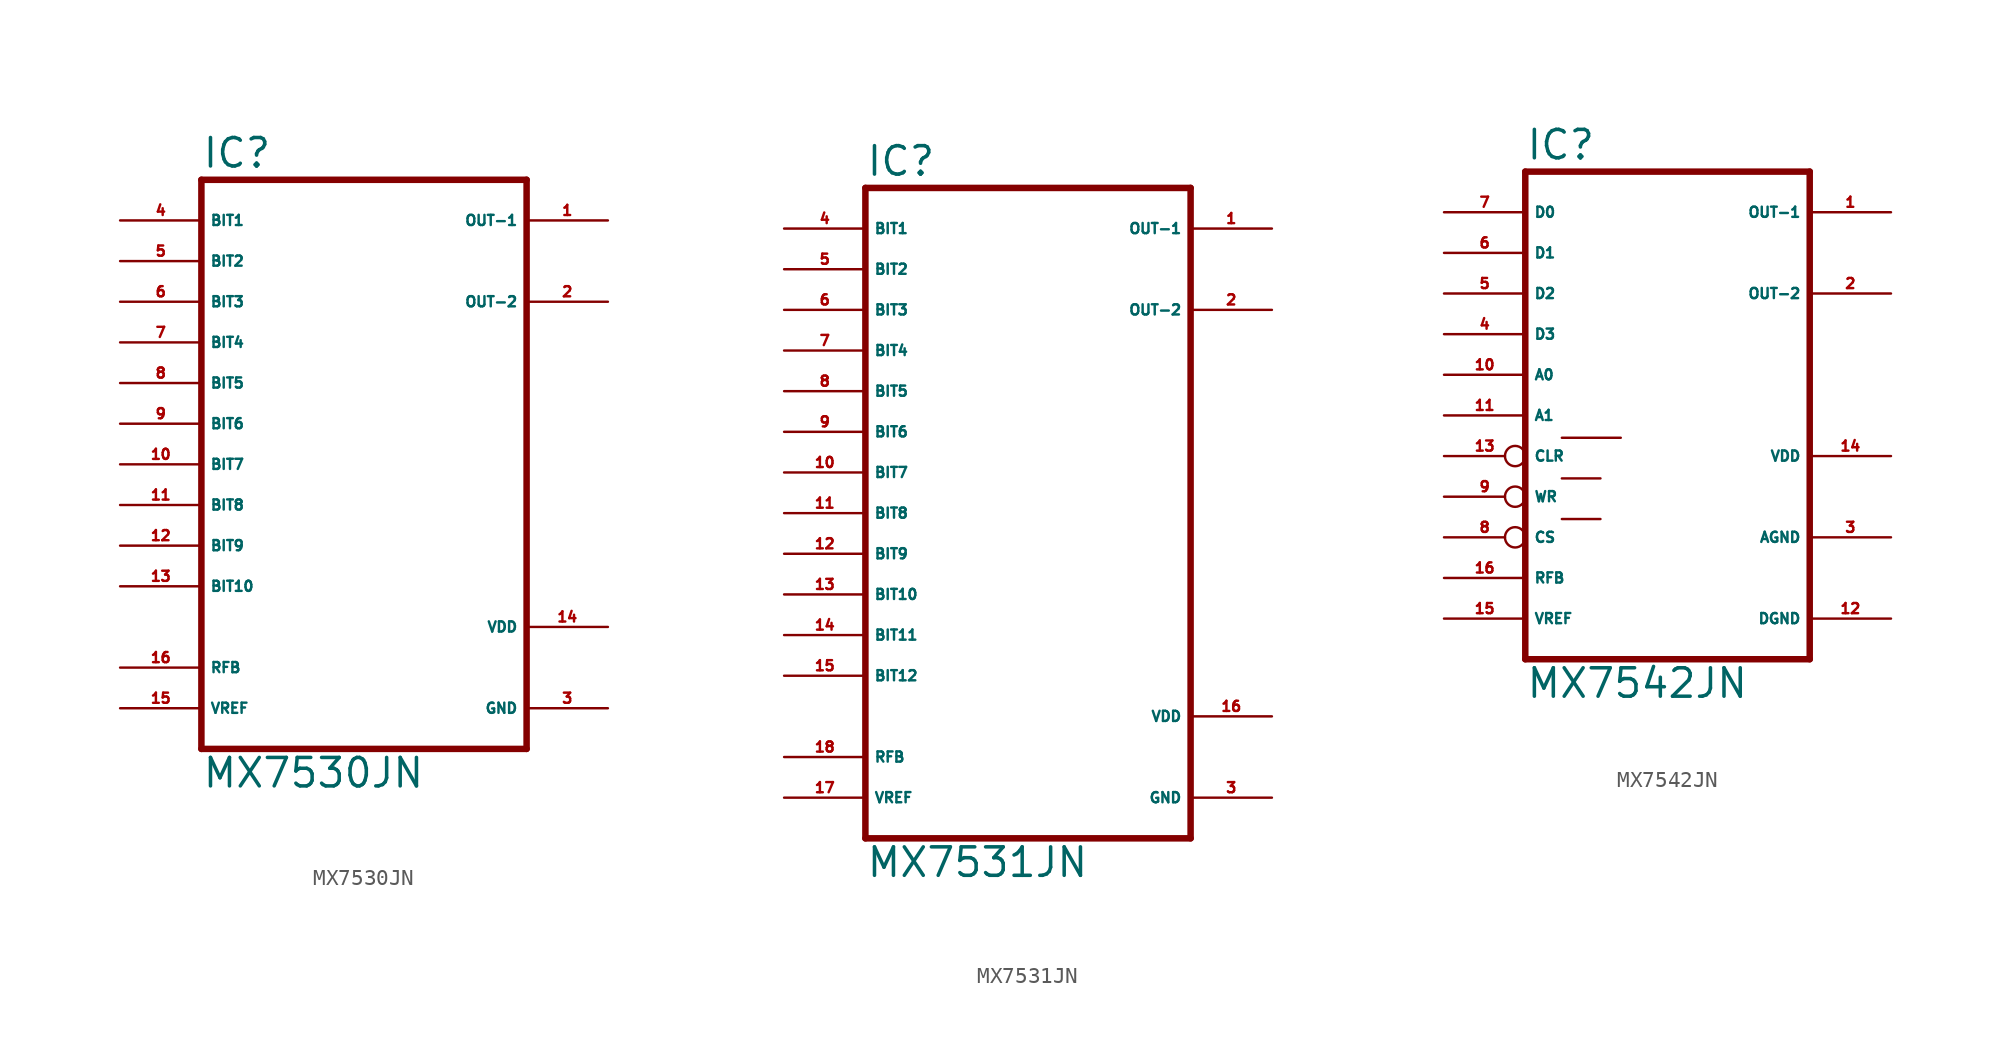
<source format=kicad_sym>
(kicad_symbol_lib
  (version 20220914)
  (generator Eagle2Kicad)
  (symbol "MX7530JN"
    (property "Reference" "IC"
      (at -10.16 15.875 0)
      (effects (font (size 1.778 1.778) (thickness 0.22)) (justify left bottom)))
    (property "Value" "MX7530JN"
      (at -10.16 -22.86 0)
      (effects (font (size 1.778 1.778) (thickness 0.22)) (justify left bottom)))
    (polyline
      (pts (xy -10.16 -20.32) (xy 10.16 -20.32))
      (stroke (width 0.406) (type default))
      (fill (type none)))
    (polyline
      (pts (xy 10.16 15.24) (xy 10.16 -20.32))
      (stroke (width 0.406) (type default))
      (fill (type none)))
    (polyline
      (pts (xy 10.16 15.24) (xy -10.16 15.24))
      (stroke (width 0.406) (type default))
      (fill (type none)))
    (polyline
      (pts (xy -10.16 -20.32) (xy -10.16 15.24))
      (stroke (width 0.406) (type default))
      (fill (type none)))
    (pin input line
      (at -15.24 12.7 0)
      (length 5.08)
      (name "BIT1" (effects (font (size 0.635 0.635) (thickness 0.08)) (justify left bottom)))
      (number "4" (effects (font (size 0.635 0.635) (thickness 0.08)) (justify left bottom))))
    (pin input line
      (at -15.24 5.08 0)
      (length 5.08)
      (name "BIT4" (effects (font (size 0.635 0.635) (thickness 0.08)) (justify left bottom)))
      (number "7" (effects (font (size 0.635 0.635) (thickness 0.08)) (justify left bottom))))
    (pin input line
      (at -15.24 10.16 0)
      (length 5.08)
      (name "BIT2" (effects (font (size 0.635 0.635) (thickness 0.08)) (justify left bottom)))
      (number "5" (effects (font (size 0.635 0.635) (thickness 0.08)) (justify left bottom))))
    (pin input line
      (at -15.24 7.62 0)
      (length 5.08)
      (name "BIT3" (effects (font (size 0.635 0.635) (thickness 0.08)) (justify left bottom)))
      (number "6" (effects (font (size 0.635 0.635) (thickness 0.08)) (justify left bottom))))
    (pin input line
      (at -15.24 2.54 0)
      (length 5.08)
      (name "BIT5" (effects (font (size 0.635 0.635) (thickness 0.08)) (justify left bottom)))
      (number "8" (effects (font (size 0.635 0.635) (thickness 0.08)) (justify left bottom))))
    (pin input line
      (at -15.24 0 0)
      (length 5.08)
      (name "BIT6" (effects (font (size 0.635 0.635) (thickness 0.08)) (justify left bottom)))
      (number "9" (effects (font (size 0.635 0.635) (thickness 0.08)) (justify left bottom))))
    (pin input line
      (at -15.24 -2.54 0)
      (length 5.08)
      (name "BIT7" (effects (font (size 0.635 0.635) (thickness 0.08)) (justify left bottom)))
      (number "10" (effects (font (size 0.635 0.635) (thickness 0.08)) (justify left bottom))))
    (pin input line
      (at -15.24 -5.08 0)
      (length 5.08)
      (name "BIT8" (effects (font (size 0.635 0.635) (thickness 0.08)) (justify left bottom)))
      (number "11" (effects (font (size 0.635 0.635) (thickness 0.08)) (justify left bottom))))
    (pin input line
      (at -15.24 -7.62 0)
      (length 5.08)
      (name "BIT9" (effects (font (size 0.635 0.635) (thickness 0.08)) (justify left bottom)))
      (number "12" (effects (font (size 0.635 0.635) (thickness 0.08)) (justify left bottom))))
    (pin input line
      (at -15.24 -10.16 0)
      (length 5.08)
      (name "BIT10" (effects (font (size 0.635 0.635) (thickness 0.08)) (justify left bottom)))
      (number "13" (effects (font (size 0.635 0.635) (thickness 0.08)) (justify left bottom))))
    (pin input line
      (at -15.24 -15.24 0)
      (length 5.08)
      (name "RFB" (effects (font (size 0.635 0.635) (thickness 0.08)) (justify left bottom)))
      (number "16" (effects (font (size 0.635 0.635) (thickness 0.08)) (justify left bottom))))
    (pin input line
      (at -15.24 -17.78 0)
      (length 5.08)
      (name "VREF" (effects (font (size 0.635 0.635) (thickness 0.08)) (justify left bottom)))
      (number "15" (effects (font (size 0.635 0.635) (thickness 0.08)) (justify left bottom))))
    (pin output line
      (at 15.24 12.7 180)
      (length 5.08)
      (name "OUT-1" (effects (font (size 0.635 0.635) (thickness 0.08)) (justify left bottom)))
      (number "1" (effects (font (size 0.635 0.635) (thickness 0.08)) (justify left bottom))))
    (pin output line
      (at 15.24 7.62 180)
      (length 5.08)
      (name "OUT-2" (effects (font (size 0.635 0.635) (thickness 0.08)) (justify left bottom)))
      (number "2" (effects (font (size 0.635 0.635) (thickness 0.08)) (justify left bottom))))
    (pin unspecified line
      (at 15.24 -17.78 180)
      (length 5.08)
      (name "GND" (effects (font (size 0.635 0.635) (thickness 0.08)) (justify left bottom)))
      (number "3" (effects (font (size 0.635 0.635) (thickness 0.08)) (justify left bottom))))
    (pin unspecified line
      (at 15.24 -12.7 180)
      (length 5.08)
      (name "VDD" (effects (font (size 0.635 0.635) (thickness 0.08)) (justify left bottom)))
      (number "14" (effects (font (size 0.635 0.635) (thickness 0.08)) (justify left bottom)))))
  (symbol "MX7531JN"
    (property "Reference" "IC"
      (at -10.16 18.415 0)
      (effects (font (size 1.778 1.778) (thickness 0.22)) (justify left bottom)))
    (property "Value" "MX7531JN"
      (at -10.16 -25.4 0)
      (effects (font (size 1.778 1.778) (thickness 0.22)) (justify left bottom)))
    (polyline
      (pts (xy -10.16 -22.86) (xy 10.16 -22.86))
      (stroke (width 0.406) (type default))
      (fill (type none)))
    (polyline
      (pts (xy 10.16 17.78) (xy 10.16 -22.86))
      (stroke (width 0.406) (type default))
      (fill (type none)))
    (polyline
      (pts (xy 10.16 17.78) (xy -10.16 17.78))
      (stroke (width 0.406) (type default))
      (fill (type none)))
    (polyline
      (pts (xy -10.16 -22.86) (xy -10.16 17.78))
      (stroke (width 0.406) (type default))
      (fill (type none)))
    (pin input line
      (at -15.24 15.24 0)
      (length 5.08)
      (name "BIT1" (effects (font (size 0.635 0.635) (thickness 0.08)) (justify left bottom)))
      (number "4" (effects (font (size 0.635 0.635) (thickness 0.08)) (justify left bottom))))
    (pin input line
      (at -15.24 7.62 0)
      (length 5.08)
      (name "BIT4" (effects (font (size 0.635 0.635) (thickness 0.08)) (justify left bottom)))
      (number "7" (effects (font (size 0.635 0.635) (thickness 0.08)) (justify left bottom))))
    (pin input line
      (at -15.24 12.7 0)
      (length 5.08)
      (name "BIT2" (effects (font (size 0.635 0.635) (thickness 0.08)) (justify left bottom)))
      (number "5" (effects (font (size 0.635 0.635) (thickness 0.08)) (justify left bottom))))
    (pin input line
      (at -15.24 10.16 0)
      (length 5.08)
      (name "BIT3" (effects (font (size 0.635 0.635) (thickness 0.08)) (justify left bottom)))
      (number "6" (effects (font (size 0.635 0.635) (thickness 0.08)) (justify left bottom))))
    (pin input line
      (at -15.24 5.08 0)
      (length 5.08)
      (name "BIT5" (effects (font (size 0.635 0.635) (thickness 0.08)) (justify left bottom)))
      (number "8" (effects (font (size 0.635 0.635) (thickness 0.08)) (justify left bottom))))
    (pin input line
      (at -15.24 2.54 0)
      (length 5.08)
      (name "BIT6" (effects (font (size 0.635 0.635) (thickness 0.08)) (justify left bottom)))
      (number "9" (effects (font (size 0.635 0.635) (thickness 0.08)) (justify left bottom))))
    (pin input line
      (at -15.24 0 0)
      (length 5.08)
      (name "BIT7" (effects (font (size 0.635 0.635) (thickness 0.08)) (justify left bottom)))
      (number "10" (effects (font (size 0.635 0.635) (thickness 0.08)) (justify left bottom))))
    (pin input line
      (at -15.24 -2.54 0)
      (length 5.08)
      (name "BIT8" (effects (font (size 0.635 0.635) (thickness 0.08)) (justify left bottom)))
      (number "11" (effects (font (size 0.635 0.635) (thickness 0.08)) (justify left bottom))))
    (pin input line
      (at -15.24 -5.08 0)
      (length 5.08)
      (name "BIT9" (effects (font (size 0.635 0.635) (thickness 0.08)) (justify left bottom)))
      (number "12" (effects (font (size 0.635 0.635) (thickness 0.08)) (justify left bottom))))
    (pin input line
      (at -15.24 -7.62 0)
      (length 5.08)
      (name "BIT10" (effects (font (size 0.635 0.635) (thickness 0.08)) (justify left bottom)))
      (number "13" (effects (font (size 0.635 0.635) (thickness 0.08)) (justify left bottom))))
    (pin input line
      (at -15.24 -17.78 0)
      (length 5.08)
      (name "RFB" (effects (font (size 0.635 0.635) (thickness 0.08)) (justify left bottom)))
      (number "18" (effects (font (size 0.635 0.635) (thickness 0.08)) (justify left bottom))))
    (pin input line
      (at -15.24 -20.32 0)
      (length 5.08)
      (name "VREF" (effects (font (size 0.635 0.635) (thickness 0.08)) (justify left bottom)))
      (number "17" (effects (font (size 0.635 0.635) (thickness 0.08)) (justify left bottom))))
    (pin output line
      (at 15.24 15.24 180)
      (length 5.08)
      (name "OUT-1" (effects (font (size 0.635 0.635) (thickness 0.08)) (justify left bottom)))
      (number "1" (effects (font (size 0.635 0.635) (thickness 0.08)) (justify left bottom))))
    (pin output line
      (at 15.24 10.16 180)
      (length 5.08)
      (name "OUT-2" (effects (font (size 0.635 0.635) (thickness 0.08)) (justify left bottom)))
      (number "2" (effects (font (size 0.635 0.635) (thickness 0.08)) (justify left bottom))))
    (pin unspecified line
      (at 15.24 -20.32 180)
      (length 5.08)
      (name "GND" (effects (font (size 0.635 0.635) (thickness 0.08)) (justify left bottom)))
      (number "3" (effects (font (size 0.635 0.635) (thickness 0.08)) (justify left bottom))))
    (pin unspecified line
      (at 15.24 -15.24 180)
      (length 5.08)
      (name "VDD" (effects (font (size 0.635 0.635) (thickness 0.08)) (justify left bottom)))
      (number "16" (effects (font (size 0.635 0.635) (thickness 0.08)) (justify left bottom))))
    (pin input line
      (at -15.24 -10.16 0)
      (length 5.08)
      (name "BIT11" (effects (font (size 0.635 0.635) (thickness 0.08)) (justify left bottom)))
      (number "14" (effects (font (size 0.635 0.635) (thickness 0.08)) (justify left bottom))))
    (pin input line
      (at -15.24 -12.7 0)
      (length 5.08)
      (name "BIT12" (effects (font (size 0.635 0.635) (thickness 0.08)) (justify left bottom)))
      (number "15" (effects (font (size 0.635 0.635) (thickness 0.08)) (justify left bottom)))))
  (symbol "MX7542JN"
    (property "Reference" "IC"
      (at -10.16 15.875 0)
      (effects (font (size 1.778 1.778) (thickness 0.22)) (justify left bottom)))
    (property "Value" "MX7542JN"
      (at -10.16 -17.78 0)
      (effects (font (size 1.778 1.778) (thickness 0.22)) (justify left bottom)))
    (polyline
      (pts (xy -10.16 -15.24) (xy 7.62 -15.24))
      (stroke (width 0.406) (type default))
      (fill (type none)))
    (polyline
      (pts (xy 7.62 15.24) (xy 7.62 -15.24))
      (stroke (width 0.406) (type default))
      (fill (type none)))
    (polyline
      (pts (xy 7.62 15.24) (xy -10.16 15.24))
      (stroke (width 0.406) (type default))
      (fill (type none)))
    (polyline
      (pts (xy -10.16 -15.24) (xy -10.16 15.24))
      (stroke (width 0.406) (type default))
      (fill (type none)))
    (polyline
      (pts (xy -7.874 -1.397) (xy -4.191 -1.397))
      (stroke (width 0.152) (type default))
      (fill (type none)))
    (polyline
      (pts (xy -7.874 -3.937) (xy -5.461 -3.937))
      (stroke (width 0.152) (type default))
      (fill (type none)))
    (polyline
      (pts (xy -7.874 -6.477) (xy -5.461 -6.477))
      (stroke (width 0.152) (type default))
      (fill (type none)))
    (pin input line
      (at -15.24 12.7 0)
      (length 5.08)
      (name "D0" (effects (font (size 0.635 0.635) (thickness 0.08)) (justify left bottom)))
      (number "7" (effects (font (size 0.635 0.635) (thickness 0.08)) (justify left bottom))))
    (pin input line
      (at -15.24 5.08 0)
      (length 5.08)
      (name "D3" (effects (font (size 0.635 0.635) (thickness 0.08)) (justify left bottom)))
      (number "4" (effects (font (size 0.635 0.635) (thickness 0.08)) (justify left bottom))))
    (pin input line
      (at -15.24 10.16 0)
      (length 5.08)
      (name "D1" (effects (font (size 0.635 0.635) (thickness 0.08)) (justify left bottom)))
      (number "6" (effects (font (size 0.635 0.635) (thickness 0.08)) (justify left bottom))))
    (pin input line
      (at -15.24 7.62 0)
      (length 5.08)
      (name "D2" (effects (font (size 0.635 0.635) (thickness 0.08)) (justify left bottom)))
      (number "5" (effects (font (size 0.635 0.635) (thickness 0.08)) (justify left bottom))))
    (pin input line
      (at -15.24 2.54 0)
      (length 5.08)
      (name "A0" (effects (font (size 0.635 0.635) (thickness 0.08)) (justify left bottom)))
      (number "10" (effects (font (size 0.635 0.635) (thickness 0.08)) (justify left bottom))))
    (pin input line
      (at -15.24 0 0)
      (length 5.08)
      (name "A1" (effects (font (size 0.635 0.635) (thickness 0.08)) (justify left bottom)))
      (number "11" (effects (font (size 0.635 0.635) (thickness 0.08)) (justify left bottom))))
    (pin input inverted
      (at -15.24 -2.54 0)
      (length 5.08)
      (name "CLR" (effects (font (size 0.635 0.635) (thickness 0.08)) (justify left bottom)))
      (number "13" (effects (font (size 0.635 0.635) (thickness 0.08)) (justify left bottom))))
    (pin input inverted
      (at -15.24 -5.08 0)
      (length 5.08)
      (name "WR" (effects (font (size 0.635 0.635) (thickness 0.08)) (justify left bottom)))
      (number "9" (effects (font (size 0.635 0.635) (thickness 0.08)) (justify left bottom))))
    (pin input inverted
      (at -15.24 -7.62 0)
      (length 5.08)
      (name "CS" (effects (font (size 0.635 0.635) (thickness 0.08)) (justify left bottom)))
      (number "8" (effects (font (size 0.635 0.635) (thickness 0.08)) (justify left bottom))))
    (pin input line
      (at 12.7 -12.7 180)
      (length 5.08)
      (name "DGND" (effects (font (size 0.635 0.635) (thickness 0.08)) (justify left bottom)))
      (number "12" (effects (font (size 0.635 0.635) (thickness 0.08)) (justify left bottom))))
    (pin input line
      (at -15.24 -10.16 0)
      (length 5.08)
      (name "RFB" (effects (font (size 0.635 0.635) (thickness 0.08)) (justify left bottom)))
      (number "16" (effects (font (size 0.635 0.635) (thickness 0.08)) (justify left bottom))))
    (pin input line
      (at -15.24 -12.7 0)
      (length 5.08)
      (name "VREF" (effects (font (size 0.635 0.635) (thickness 0.08)) (justify left bottom)))
      (number "15" (effects (font (size 0.635 0.635) (thickness 0.08)) (justify left bottom))))
    (pin output line
      (at 12.7 12.7 180)
      (length 5.08)
      (name "OUT-1" (effects (font (size 0.635 0.635) (thickness 0.08)) (justify left bottom)))
      (number "1" (effects (font (size 0.635 0.635) (thickness 0.08)) (justify left bottom))))
    (pin output line
      (at 12.7 7.62 180)
      (length 5.08)
      (name "OUT-2" (effects (font (size 0.635 0.635) (thickness 0.08)) (justify left bottom)))
      (number "2" (effects (font (size 0.635 0.635) (thickness 0.08)) (justify left bottom))))
    (pin unspecified line
      (at 12.7 -7.62 180)
      (length 5.08)
      (name "AGND" (effects (font (size 0.635 0.635) (thickness 0.08)) (justify left bottom)))
      (number "3" (effects (font (size 0.635 0.635) (thickness 0.08)) (justify left bottom))))
    (pin unspecified line
      (at 12.7 -2.54 180)
      (length 5.08)
      (name "VDD" (effects (font (size 0.635 0.635) (thickness 0.08)) (justify left bottom)))
      (number "14" (effects (font (size 0.635 0.635) (thickness 0.08)) (justify left bottom))))))
</source>
